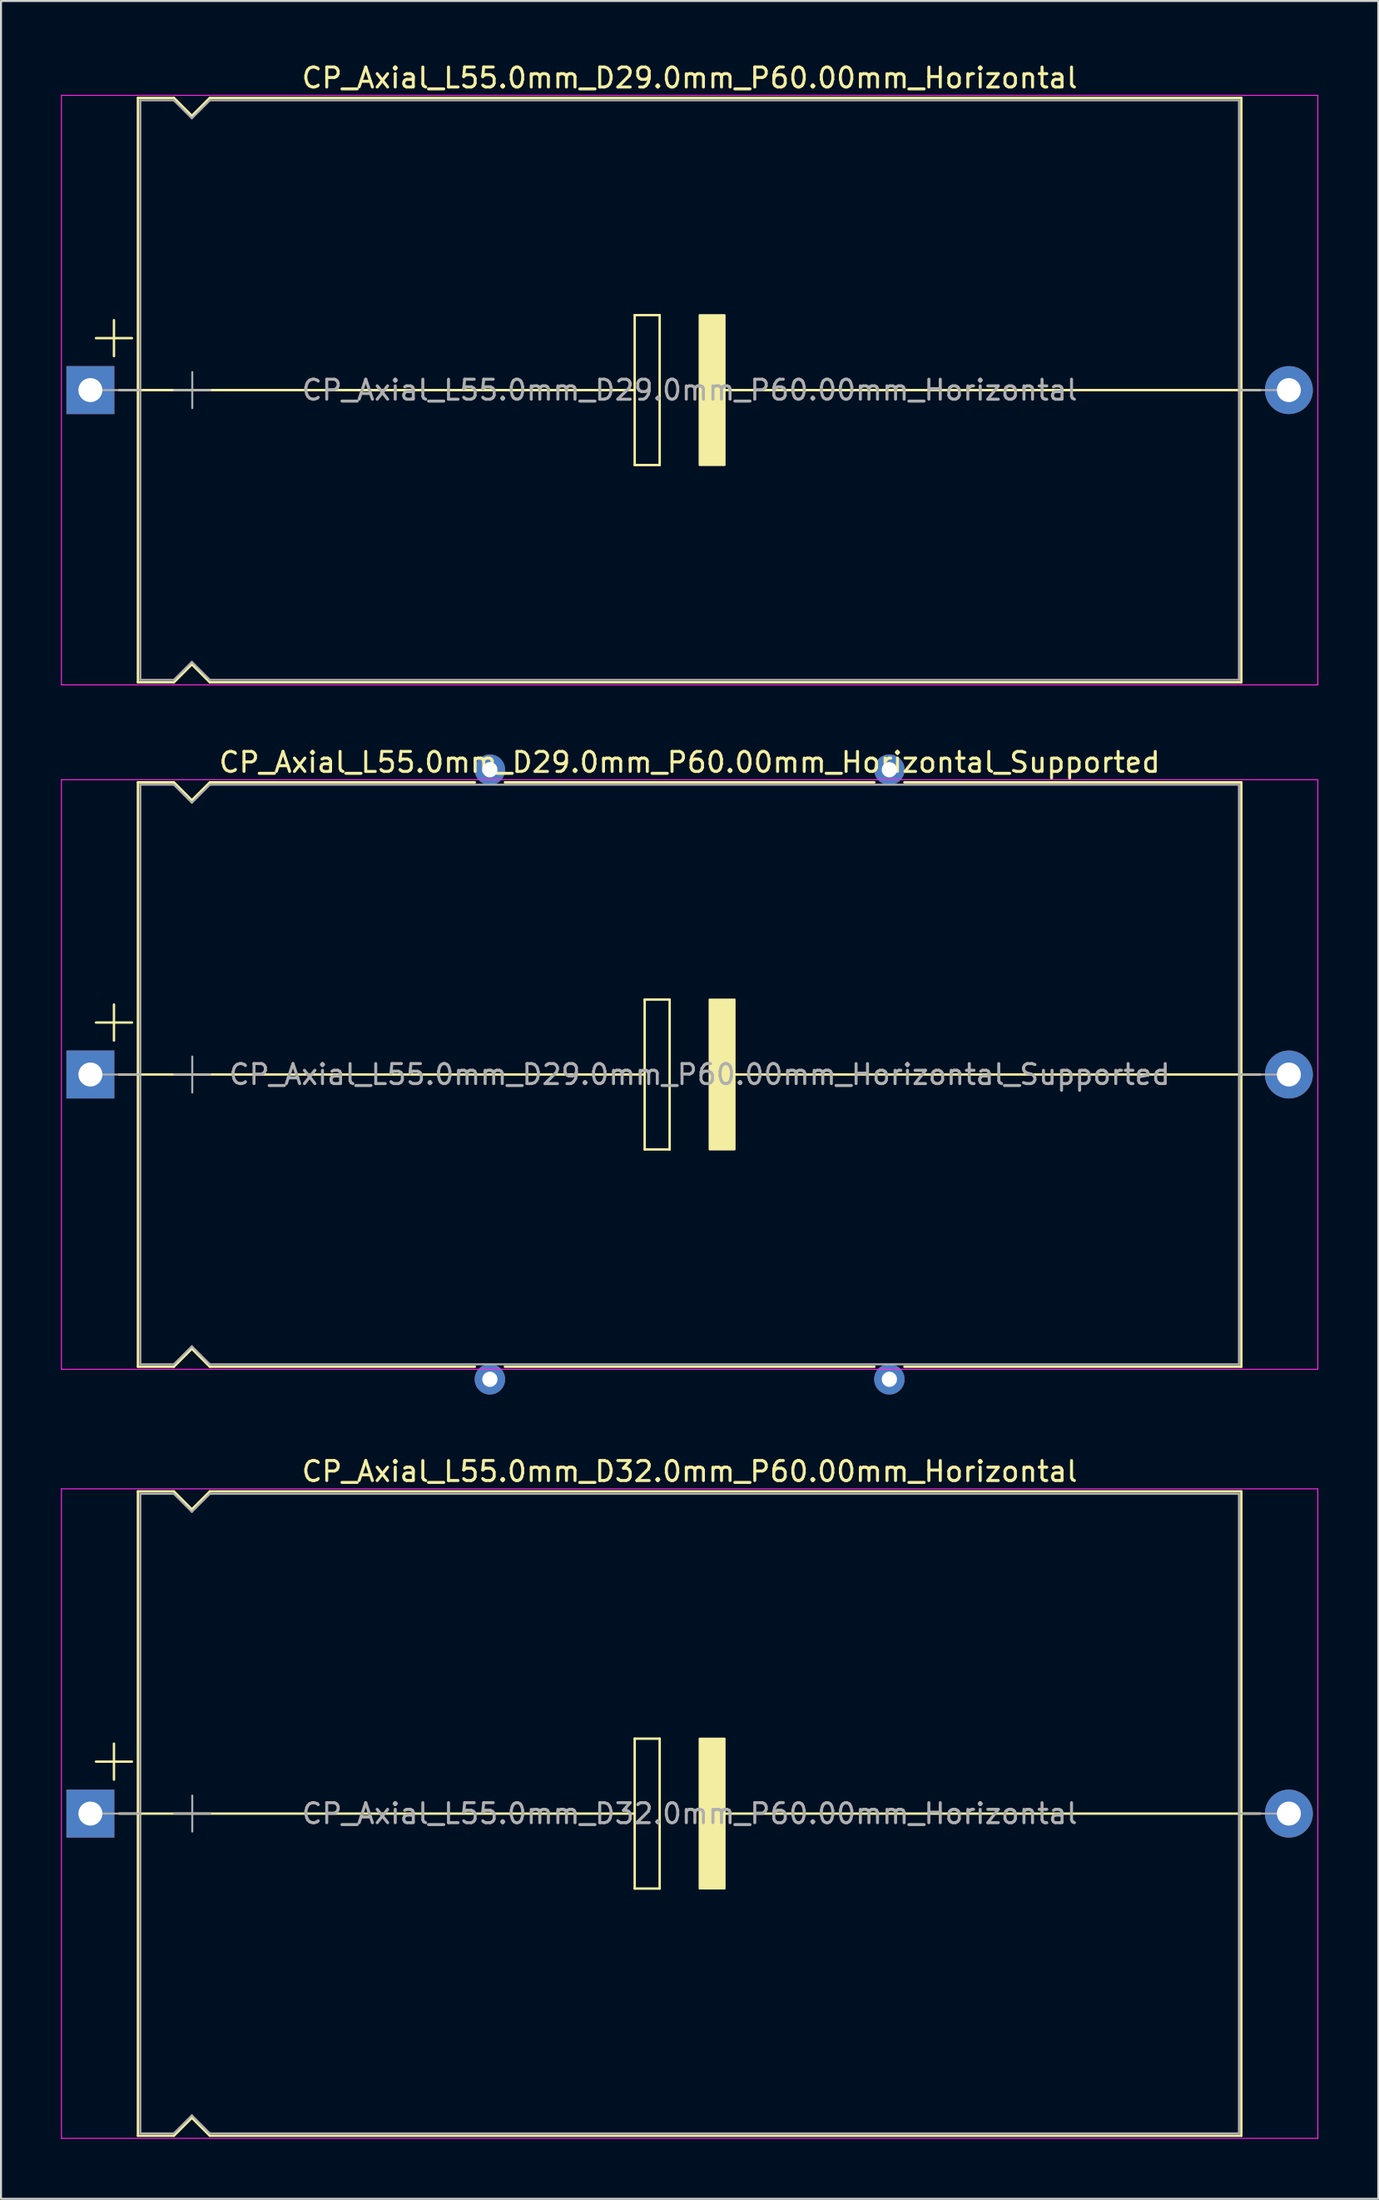
<source format=kicad_pcb>
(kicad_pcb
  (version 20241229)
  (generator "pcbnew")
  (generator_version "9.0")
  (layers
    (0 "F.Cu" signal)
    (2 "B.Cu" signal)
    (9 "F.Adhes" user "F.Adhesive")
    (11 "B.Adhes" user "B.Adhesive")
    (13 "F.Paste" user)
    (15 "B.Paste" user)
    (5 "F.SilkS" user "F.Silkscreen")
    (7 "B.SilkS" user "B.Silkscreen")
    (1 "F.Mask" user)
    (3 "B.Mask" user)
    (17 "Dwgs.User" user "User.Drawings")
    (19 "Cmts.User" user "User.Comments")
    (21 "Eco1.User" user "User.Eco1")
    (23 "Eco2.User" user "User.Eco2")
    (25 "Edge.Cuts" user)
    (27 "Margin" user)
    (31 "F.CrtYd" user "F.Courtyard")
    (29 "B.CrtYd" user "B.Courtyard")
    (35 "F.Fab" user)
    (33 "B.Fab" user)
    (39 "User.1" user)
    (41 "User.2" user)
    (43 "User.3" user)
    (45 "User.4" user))
  (footprint "CP_Axial_L55.0mm_D29.0mm_P60.00mm_Horizontal_Supported"
    (layer "F.Cu")
    (at 1.475 50.712)
    (property "Reference" "CP_Axial_L55.0mm_D29.0mm_P60.00mm_Horizontal_Supported" (at 30 -15.62 0) (layer "F.SilkS") (effects (font (size 1 1) (thickness 0.15))))
    (attr through_hole)
    (fp_line (start 0.28 -2.6) (end 2.08 -2.6) (stroke (width 0.12) (type solid)) (layer "F.SilkS"))
    (fp_line (start 1.18 -3.5) (end 1.18 -1.7) (stroke (width 0.12) (type solid)) (layer "F.SilkS"))
    (fp_line (start 1.44 0) (end 2.38 0) (stroke (width 0.12) (type solid)) (layer "F.SilkS"))
    (fp_line (start 2.38 -14.62) (end 2.38 14.62) (stroke (width 0.12) (type solid)) (layer "F.SilkS"))
    (fp_line (start 2.38 -14.62) (end 4.18 -14.62) (stroke (width 0.12) (type solid)) (layer "F.SilkS"))
    (fp_line (start 2.38 0) (end 27.75 0) (stroke (width 0.12) (type solid)) (layer "F.SilkS"))
    (fp_line (start 2.38 14.62) (end 4.18 14.62) (stroke (width 0.12) (type solid)) (layer "F.SilkS"))
    (fp_line (start 4.18 -14.62) (end 5.08 -13.72) (stroke (width 0.12) (type solid)) (layer "F.SilkS"))
    (fp_line (start 4.18 14.62) (end 5.08 13.72) (stroke (width 0.12) (type solid)) (layer "F.SilkS"))
    (fp_line (start 5.08 -13.72) (end 5.98 -14.62) (stroke (width 0.12) (type solid)) (layer "F.SilkS"))
    (fp_line (start 5.08 13.72) (end 5.98 14.62) (stroke (width 0.12) (type solid)) (layer "F.SilkS"))
    (fp_line (start 5.98 -14.62) (end 19.25 -14.62) (stroke (width 0.12) (type solid)) (layer "F.SilkS"))
    (fp_line (start 5.98 14.62) (end 19.25 14.62) (stroke (width 0.12) (type solid)) (layer "F.SilkS"))
    (fp_line (start 20.75 -14.62) (end 39.25 -14.62) (stroke (width 0.12) (type solid)) (layer "F.SilkS"))
    (fp_line (start 20.75 14.62) (end 39.25 14.62) (stroke (width 0.12) (type solid)) (layer "F.SilkS"))
    (fp_line (start 27.75 -3.75) (end 29 -3.75) (stroke (width 0.12) (type solid)) (layer "F.SilkS"))
    (fp_line (start 27.75 0) (end 27.75 -3.75) (stroke (width 0.12) (type solid)) (layer "F.SilkS"))
    (fp_line (start 27.75 3.75) (end 27.75 0) (stroke (width 0.12) (type solid)) (layer "F.SilkS"))
    (fp_line (start 29 -3.75) (end 29 3.75) (stroke (width 0.12) (type solid)) (layer "F.SilkS"))
    (fp_line (start 29 3.75) (end 27.75 3.75) (stroke (width 0.12) (type solid)) (layer "F.SilkS"))
    (fp_line (start 31.75 0) (end 57.62 0) (stroke (width 0.12) (type solid)) (layer "F.SilkS"))
    (fp_line (start 40.75 -14.62) (end 57.62 -14.62) (stroke (width 0.12) (type solid)) (layer "F.SilkS"))
    (fp_line (start 40.75 14.62) (end 57.62 14.62) (stroke (width 0.12) (type solid)) (layer "F.SilkS"))
    (fp_line (start 57.62 -14.62) (end 57.62 14.62) (stroke (width 0.12) (type solid)) (layer "F.SilkS"))
    (fp_line (start 58.56 0) (end 57.62 0) (stroke (width 0.12) (type solid)) (layer "F.SilkS"))
    (fp_poly (pts (xy 32.25 3.75) (xy 31 3.75) (xy 31 -3.75) (xy 32.25 -3.75)) (stroke (width 0.1) (type solid)) (fill yes) (layer "F.SilkS"))
    (fp_line (start -1.45 -14.75) (end -1.45 14.75) (stroke (width 0.05) (type solid)) (layer "F.CrtYd"))
    (fp_line (start -1.45 14.75) (end 61.45 14.75) (stroke (width 0.05) (type solid)) (layer "F.CrtYd"))
    (fp_line (start 61.45 -14.75) (end -1.45 -14.75) (stroke (width 0.05) (type solid)) (layer "F.CrtYd"))
    (fp_line (start 61.45 14.75) (end 61.45 -14.75) (stroke (width 0.05) (type solid)) (layer "F.CrtYd"))
    (fp_line (start 0 0) (end 2.5 0) (stroke (width 0.1) (type solid)) (layer "F.Fab"))
    (fp_line (start 2.5 -14.5) (end 2.5 14.5) (stroke (width 0.1) (type solid)) (layer "F.Fab"))
    (fp_line (start 2.5 -14.5) (end 4.18 -14.5) (stroke (width 0.1) (type solid)) (layer "F.Fab"))
    (fp_line (start 2.5 14.5) (end 4.18 14.5) (stroke (width 0.1) (type solid)) (layer "F.Fab"))
    (fp_line (start 4.18 -14.5) (end 5.08 -13.6) (stroke (width 0.1) (type solid)) (layer "F.Fab"))
    (fp_line (start 4.18 14.5) (end 5.08 13.6) (stroke (width 0.1) (type solid)) (layer "F.Fab"))
    (fp_line (start 4.2 0) (end 6 0) (stroke (width 0.1) (type solid)) (layer "F.Fab"))
    (fp_line (start 5.08 -13.6) (end 5.98 -14.5) (stroke (width 0.1) (type solid)) (layer "F.Fab"))
    (fp_line (start 5.08 13.6) (end 5.98 14.5) (stroke (width 0.1) (type solid)) (layer "F.Fab"))
    (fp_line (start 5.1 -0.9) (end 5.1 0.9) (stroke (width 0.1) (type solid)) (layer "F.Fab"))
    (fp_line (start 5.98 -14.5) (end 57.5 -14.5) (stroke (width 0.1) (type solid)) (layer "F.Fab"))
    (fp_line (start 5.98 14.5) (end 57.5 14.5) (stroke (width 0.1) (type solid)) (layer "F.Fab"))
    (fp_line (start 57.5 -14.5) (end 57.5 14.5) (stroke (width 0.1) (type solid)) (layer "F.Fab"))
    (fp_line (start 60 0) (end 57.5 0) (stroke (width 0.1) (type solid)) (layer "F.Fab"))
    (fp_text user "${REFERENCE}" (at 30.5 0 0) (layer "F.Fab") (effects (font (size 1 1) (thickness 0.15))))
    (pad "" thru_hole circle (at 20 -15.25) (size 1.524 1.524) (drill 0.762) (layers "*.Cu" "*.Mask"))
    (pad "" thru_hole circle (at 20 15.25) (size 1.524 1.524) (drill 0.762) (layers "*.Cu" "*.Mask"))
    (pad "" thru_hole circle (at 40 -15.25) (size 1.524 1.524) (drill 0.762) (layers "*.Cu" "*.Mask"))
    (pad "" thru_hole circle (at 40 15.25) (size 1.524 1.524) (drill 0.762) (layers "*.Cu" "*.Mask"))
    (pad "1" thru_hole rect (at 0 0) (size 2.4 2.4) (drill 1.2) (layers "*.Cu" "*.Mask"))
    (pad "2" thru_hole oval (at 60 0) (size 2.4 2.4) (drill 1.2) (layers "*.Cu" "*.Mask")))
  (footprint "CP_Axial_L55.0mm_D32.0mm_P60.00mm_Horizontal"
    (layer "F.Cu")
    (at 1.475 87.692)
    (property "Reference" "CP_Axial_L55.0mm_D32.0mm_P60.00mm_Horizontal" (at 30 -17.12 0) (layer "F.SilkS") (effects (font (size 1 1) (thickness 0.15))))
    (attr through_hole)
    (fp_line (start 0.28 -2.6) (end 2.08 -2.6) (stroke (width 0.12) (type solid)) (layer "F.SilkS"))
    (fp_line (start 1.18 -3.5) (end 1.18 -1.7) (stroke (width 0.12) (type solid)) (layer "F.SilkS"))
    (fp_line (start 1.44 0) (end 2.38 0) (stroke (width 0.12) (type solid)) (layer "F.SilkS"))
    (fp_line (start 2.38 -16.12) (end 2.38 16.12) (stroke (width 0.12) (type solid)) (layer "F.SilkS"))
    (fp_line (start 2.38 -16.12) (end 4.18 -16.12) (stroke (width 0.12) (type solid)) (layer "F.SilkS"))
    (fp_line (start 2.38 0) (end 27.25 0) (stroke (width 0.12) (type solid)) (layer "F.SilkS"))
    (fp_line (start 2.38 16.12) (end 4.18 16.12) (stroke (width 0.12) (type solid)) (layer "F.SilkS"))
    (fp_line (start 4.18 -16.12) (end 5.08 -15.22) (stroke (width 0.12) (type solid)) (layer "F.SilkS"))
    (fp_line (start 4.18 16.12) (end 5.08 15.22) (stroke (width 0.12) (type solid)) (layer "F.SilkS"))
    (fp_line (start 5.08 -15.22) (end 5.98 -16.12) (stroke (width 0.12) (type solid)) (layer "F.SilkS"))
    (fp_line (start 5.08 15.22) (end 5.98 16.12) (stroke (width 0.12) (type solid)) (layer "F.SilkS"))
    (fp_line (start 5.98 -16.12) (end 57.62 -16.12) (stroke (width 0.12) (type solid)) (layer "F.SilkS"))
    (fp_line (start 5.98 16.12) (end 57.62 16.12) (stroke (width 0.12) (type solid)) (layer "F.SilkS"))
    (fp_line (start 27.25 -3.75) (end 28.5 -3.75) (stroke (width 0.12) (type solid)) (layer "F.SilkS"))
    (fp_line (start 27.25 0) (end 27.25 -3.75) (stroke (width 0.12) (type solid)) (layer "F.SilkS"))
    (fp_line (start 27.25 3.75) (end 27.25 0) (stroke (width 0.12) (type solid)) (layer "F.SilkS"))
    (fp_line (start 28.5 -3.75) (end 28.5 3.75) (stroke (width 0.12) (type solid)) (layer "F.SilkS"))
    (fp_line (start 28.5 3.75) (end 27.25 3.75) (stroke (width 0.12) (type solid)) (layer "F.SilkS"))
    (fp_line (start 31.75 0) (end 57.62 0) (stroke (width 0.12) (type solid)) (layer "F.SilkS"))
    (fp_line (start 57.62 -16.12) (end 57.62 16.12) (stroke (width 0.12) (type solid)) (layer "F.SilkS"))
    (fp_line (start 58.56 0) (end 57.62 0) (stroke (width 0.12) (type solid)) (layer "F.SilkS"))
    (fp_poly (pts (xy 31.75 3.75) (xy 30.5 3.75) (xy 30.5 -3.75) (xy 31.75 -3.75)) (stroke (width 0.1) (type solid)) (fill yes) (layer "F.SilkS"))
    (fp_line (start -1.45 -16.25) (end -1.45 16.25) (stroke (width 0.05) (type solid)) (layer "F.CrtYd"))
    (fp_line (start -1.45 16.25) (end 61.45 16.25) (stroke (width 0.05) (type solid)) (layer "F.CrtYd"))
    (fp_line (start 61.45 -16.25) (end -1.45 -16.25) (stroke (width 0.05) (type solid)) (layer "F.CrtYd"))
    (fp_line (start 61.45 16.25) (end 61.45 -16.25) (stroke (width 0.05) (type solid)) (layer "F.CrtYd"))
    (fp_line (start 0 0) (end 2.5 0) (stroke (width 0.1) (type solid)) (layer "F.Fab"))
    (fp_line (start 2.5 -16) (end 2.5 16) (stroke (width 0.1) (type solid)) (layer "F.Fab"))
    (fp_line (start 2.5 -16) (end 4.18 -16) (stroke (width 0.1) (type solid)) (layer "F.Fab"))
    (fp_line (start 2.5 16) (end 4.18 16) (stroke (width 0.1) (type solid)) (layer "F.Fab"))
    (fp_line (start 4.18 -16) (end 5.08 -15.1) (stroke (width 0.1) (type solid)) (layer "F.Fab"))
    (fp_line (start 4.18 16) (end 5.08 15.1) (stroke (width 0.1) (type solid)) (layer "F.Fab"))
    (fp_line (start 4.2 0) (end 6 0) (stroke (width 0.1) (type solid)) (layer "F.Fab"))
    (fp_line (start 5.08 -15.1) (end 5.98 -16) (stroke (width 0.1) (type solid)) (layer "F.Fab"))
    (fp_line (start 5.08 15.1) (end 5.98 16) (stroke (width 0.1) (type solid)) (layer "F.Fab"))
    (fp_line (start 5.1 -0.9) (end 5.1 0.9) (stroke (width 0.1) (type solid)) (layer "F.Fab"))
    (fp_line (start 5.98 -16) (end 57.5 -16) (stroke (width 0.1) (type solid)) (layer "F.Fab"))
    (fp_line (start 5.98 16) (end 57.5 16) (stroke (width 0.1) (type solid)) (layer "F.Fab"))
    (fp_line (start 57.5 -16) (end 57.5 16) (stroke (width 0.1) (type solid)) (layer "F.Fab"))
    (fp_line (start 60 0) (end 57.5 0) (stroke (width 0.1) (type solid)) (layer "F.Fab"))
    (fp_text user "${REFERENCE}" (at 30 0 0) (layer "F.Fab") (effects (font (size 1 1) (thickness 0.15))))
    (pad "1" thru_hole rect (at 0 0) (size 2.4 2.4) (drill 1.2) (layers "*.Cu" "*.Mask"))
    (pad "2" thru_hole oval (at 60 0) (size 2.4 2.4) (drill 1.2) (layers "*.Cu" "*.Mask")))
  (footprint "CP_Axial_L55.0mm_D29.0mm_P60.00mm_Horizontal"
    (layer "F.Cu")
    (at 1.475 16.468)
    (property "Reference" "CP_Axial_L55.0mm_D29.0mm_P60.00mm_Horizontal" (at 30 -15.62 0) (layer "F.SilkS") (effects (font (size 1 1) (thickness 0.15))))
    (attr through_hole)
    (fp_line (start 0.28 -2.6) (end 2.08 -2.6) (stroke (width 0.12) (type solid)) (layer "F.SilkS"))
    (fp_line (start 1.18 -3.5) (end 1.18 -1.7) (stroke (width 0.12) (type solid)) (layer "F.SilkS"))
    (fp_line (start 1.44 0) (end 2.38 0) (stroke (width 0.12) (type solid)) (layer "F.SilkS"))
    (fp_line (start 2.38 -14.62) (end 2.38 14.62) (stroke (width 0.12) (type solid)) (layer "F.SilkS"))
    (fp_line (start 2.38 -14.62) (end 4.18 -14.62) (stroke (width 0.12) (type solid)) (layer "F.SilkS"))
    (fp_line (start 2.38 0) (end 27.25 0) (stroke (width 0.12) (type solid)) (layer "F.SilkS"))
    (fp_line (start 2.38 14.62) (end 4.18 14.62) (stroke (width 0.12) (type solid)) (layer "F.SilkS"))
    (fp_line (start 4.18 -14.62) (end 5.08 -13.72) (stroke (width 0.12) (type solid)) (layer "F.SilkS"))
    (fp_line (start 4.18 14.62) (end 5.08 13.72) (stroke (width 0.12) (type solid)) (layer "F.SilkS"))
    (fp_line (start 5.08 -13.72) (end 5.98 -14.62) (stroke (width 0.12) (type solid)) (layer "F.SilkS"))
    (fp_line (start 5.08 13.72) (end 5.98 14.62) (stroke (width 0.12) (type solid)) (layer "F.SilkS"))
    (fp_line (start 5.98 -14.62) (end 57.62 -14.62) (stroke (width 0.12) (type solid)) (layer "F.SilkS"))
    (fp_line (start 5.98 14.62) (end 57.62 14.62) (stroke (width 0.12) (type solid)) (layer "F.SilkS"))
    (fp_line (start 27.25 -3.75) (end 28.5 -3.75) (stroke (width 0.12) (type solid)) (layer "F.SilkS"))
    (fp_line (start 27.25 0) (end 27.25 -3.75) (stroke (width 0.12) (type solid)) (layer "F.SilkS"))
    (fp_line (start 27.25 3.75) (end 27.25 0) (stroke (width 0.12) (type solid)) (layer "F.SilkS"))
    (fp_line (start 28.5 -3.75) (end 28.5 3.75) (stroke (width 0.12) (type solid)) (layer "F.SilkS"))
    (fp_line (start 28.5 3.75) (end 27.25 3.75) (stroke (width 0.12) (type solid)) (layer "F.SilkS"))
    (fp_line (start 31.75 0) (end 57.62 0) (stroke (width 0.12) (type solid)) (layer "F.SilkS"))
    (fp_line (start 57.62 -14.62) (end 57.62 14.62) (stroke (width 0.12) (type solid)) (layer "F.SilkS"))
    (fp_line (start 58.56 0) (end 57.62 0) (stroke (width 0.12) (type solid)) (layer "F.SilkS"))
    (fp_poly (pts (xy 31.75 3.75) (xy 30.5 3.75) (xy 30.5 -3.75) (xy 31.75 -3.75)) (stroke (width 0.1) (type solid)) (fill yes) (layer "F.SilkS"))
    (fp_line (start -1.45 -14.75) (end -1.45 14.75) (stroke (width 0.05) (type solid)) (layer "F.CrtYd"))
    (fp_line (start -1.45 14.75) (end 61.45 14.75) (stroke (width 0.05) (type solid)) (layer "F.CrtYd"))
    (fp_line (start 61.45 -14.75) (end -1.45 -14.75) (stroke (width 0.05) (type solid)) (layer "F.CrtYd"))
    (fp_line (start 61.45 14.75) (end 61.45 -14.75) (stroke (width 0.05) (type solid)) (layer "F.CrtYd"))
    (fp_line (start 0 0) (end 2.5 0) (stroke (width 0.1) (type solid)) (layer "F.Fab"))
    (fp_line (start 2.5 -14.5) (end 2.5 14.5) (stroke (width 0.1) (type solid)) (layer "F.Fab"))
    (fp_line (start 2.5 -14.5) (end 4.18 -14.5) (stroke (width 0.1) (type solid)) (layer "F.Fab"))
    (fp_line (start 2.5 14.5) (end 4.18 14.5) (stroke (width 0.1) (type solid)) (layer "F.Fab"))
    (fp_line (start 4.18 -14.5) (end 5.08 -13.6) (stroke (width 0.1) (type solid)) (layer "F.Fab"))
    (fp_line (start 4.18 14.5) (end 5.08 13.6) (stroke (width 0.1) (type solid)) (layer "F.Fab"))
    (fp_line (start 4.2 0) (end 6 0) (stroke (width 0.1) (type solid)) (layer "F.Fab"))
    (fp_line (start 5.08 -13.6) (end 5.98 -14.5) (stroke (width 0.1) (type solid)) (layer "F.Fab"))
    (fp_line (start 5.08 13.6) (end 5.98 14.5) (stroke (width 0.1) (type solid)) (layer "F.Fab"))
    (fp_line (start 5.1 -0.9) (end 5.1 0.9) (stroke (width 0.1) (type solid)) (layer "F.Fab"))
    (fp_line (start 5.98 -14.5) (end 57.5 -14.5) (stroke (width 0.1) (type solid)) (layer "F.Fab"))
    (fp_line (start 5.98 14.5) (end 57.5 14.5) (stroke (width 0.1) (type solid)) (layer "F.Fab"))
    (fp_line (start 57.5 -14.5) (end 57.5 14.5) (stroke (width 0.1) (type solid)) (layer "F.Fab"))
    (fp_line (start 60 0) (end 57.5 0) (stroke (width 0.1) (type solid)) (layer "F.Fab"))
    (fp_text user "${REFERENCE}" (at 30 0 0) (layer "F.Fab") (effects (font (size 1 1) (thickness 0.15))))
    (pad "1" thru_hole rect (at 0 0) (size 2.4 2.4) (drill 1.2) (layers "*.Cu" "*.Mask"))
    (pad "2" thru_hole oval (at 60 0) (size 2.4 2.4) (drill 1.2) (layers "*.Cu" "*.Mask")))
  (gr_rect
    (start -3 -3)
    (end 65.95 106.967)
    (stroke (width 0.1) (type default))
    (fill no)
    (layer "Edge.Cuts")))
</source>
